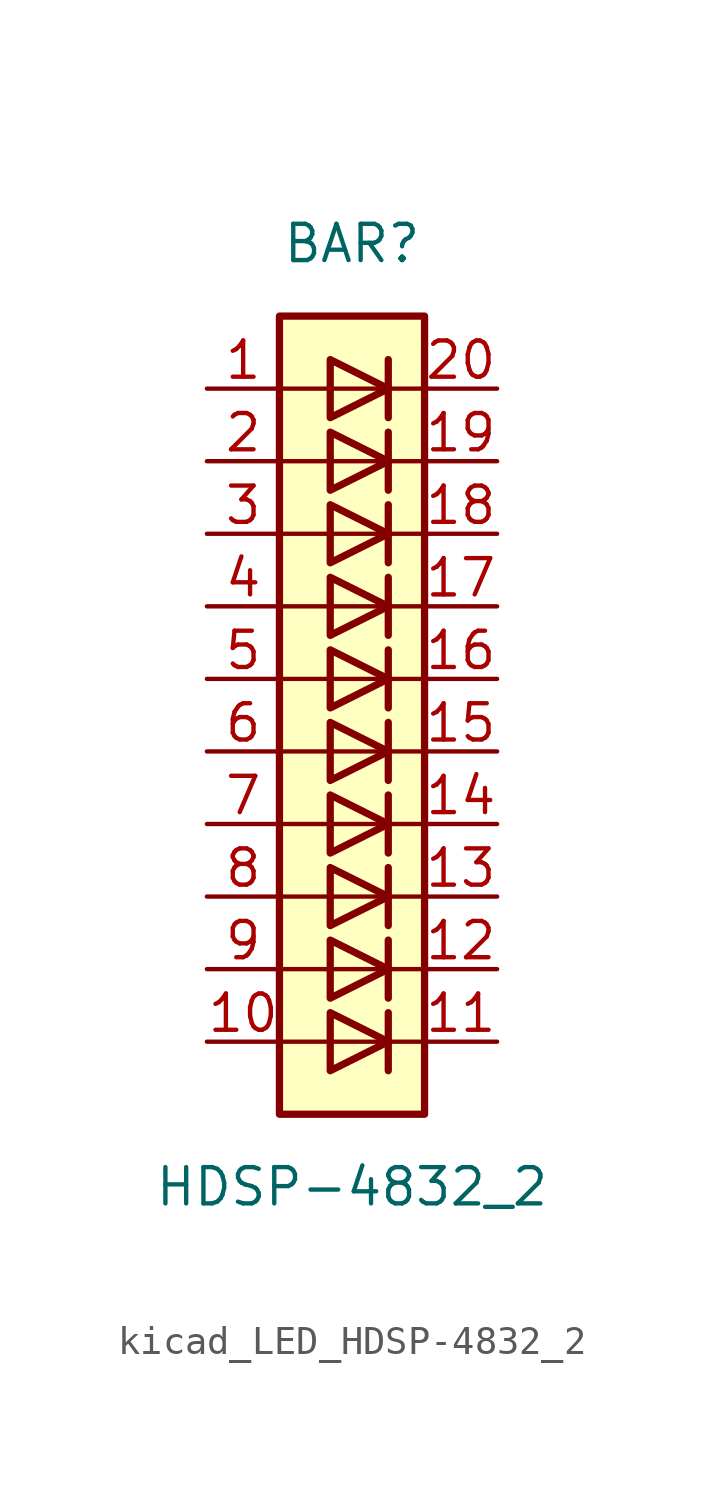
<source format=kicad_sym>
(kicad_symbol_lib
  (version 20220914)
  (generator kicad_symbol_editor)
  (symbol "kicad_LED_HDSP-4832_2"
    (pin_names
      (offset 1.016) hide)
    (property "Reference" "BAR"
      (at 0 15.24 0)
      (effects (font (size 1.27 1.27))))
    (property "Value" "HDSP-4832_2"
      (at 0 -17.78 0)
      (effects (font (size 1.27 1.27))))
    (symbol "kicad_LED_HDSP-4832_2_0_1"
      (rectangle (start -2.54 12.7) (end 2.54 -15.24) (stroke (width 0.254) (type default)) (fill (type background)))
      (polyline (pts (xy -2.54 -12.7) (xy 2.54 -12.7)) (stroke (width 0) (type default)) (fill (type none)))
      (polyline (pts (xy -2.54 -10.16) (xy 2.54 -10.16)) (stroke (width 0) (type default)) (fill (type none)))
      (polyline (pts (xy -2.54 -7.62) (xy 2.54 -7.62)) (stroke (width 0) (type default)) (fill (type none)))
      (polyline (pts (xy -2.54 -5.08) (xy 2.54 -5.08)) (stroke (width 0) (type default)) (fill (type none)))
      (polyline (pts (xy -2.54 0) (xy 2.54 0)) (stroke (width 0) (type default)) (fill (type none)))
      (polyline (pts (xy -2.54 5.08) (xy 2.54 5.08)) (stroke (width 0) (type default)) (fill (type none)))
      (polyline (pts (xy -2.54 7.62) (xy 2.54 7.62)) (stroke (width 0) (type default)) (fill (type none)))
      (polyline (pts (xy -2.54 10.16) (xy 2.54 10.16)) (stroke (width 0) (type default)) (fill (type none)))
      (polyline (pts (xy 1.27 -11.684) (xy 1.27 -13.716)) (stroke (width 0.254) (type default)) (fill (type none)))
      (polyline (pts (xy 1.27 -9.144) (xy 1.27 -11.176)) (stroke (width 0.254) (type default)) (fill (type none)))
      (polyline (pts (xy 1.27 -6.604) (xy 1.27 -8.636)) (stroke (width 0.254) (type default)) (fill (type none)))
      (polyline (pts (xy 1.27 -4.064) (xy 1.27 -6.096)) (stroke (width 0.254) (type default)) (fill (type none)))
      (polyline (pts (xy 1.27 -1.524) (xy 1.27 -3.556)) (stroke (width 0.254) (type default)) (fill (type none)))
      (polyline (pts (xy 1.27 1.016) (xy 1.27 -1.016)) (stroke (width 0.254) (type default)) (fill (type none)))
      (polyline (pts (xy 1.27 3.556) (xy 1.27 1.524)) (stroke (width 0.254) (type default)) (fill (type none)))
      (polyline (pts (xy 1.27 6.096) (xy 1.27 4.064)) (stroke (width 0.254) (type default)) (fill (type none)))
      (polyline (pts (xy 1.27 8.636) (xy 1.27 6.604)) (stroke (width 0.254) (type default)) (fill (type none)))
      (polyline (pts (xy 1.27 11.176) (xy 1.27 9.144)) (stroke (width 0.254) (type default)) (fill (type none)))
      (polyline (pts (xy 2.54 -2.54) (xy -2.54 -2.54)) (stroke (width 0) (type default)) (fill (type none)))
      (polyline (pts (xy 2.54 2.54) (xy -2.54 2.54)) (stroke (width 0) (type default)) (fill (type none)))
      (polyline (pts (xy -0.762 -11.684) (xy -0.762 -13.716) (xy 1.27 -12.7) (xy -0.762 -11.684)) (stroke (width 0.254) (type default)) (fill (type none)))
      (polyline (pts (xy -0.762 -9.144) (xy -0.762 -11.176) (xy 1.27 -10.16) (xy -0.762 -9.144)) (stroke (width 0.254) (type default)) (fill (type none)))
      (polyline (pts (xy -0.762 -6.604) (xy -0.762 -8.636) (xy 1.27 -7.62) (xy -0.762 -6.604)) (stroke (width 0.254) (type default)) (fill (type none)))
      (polyline (pts (xy -0.762 -4.064) (xy -0.762 -6.096) (xy 1.27 -5.08) (xy -0.762 -4.064)) (stroke (width 0.254) (type default)) (fill (type none)))
      (polyline (pts (xy -0.762 -1.524) (xy -0.762 -3.556) (xy 1.27 -2.54) (xy -0.762 -1.524)) (stroke (width 0.254) (type default)) (fill (type none)))
      (polyline (pts (xy -0.762 1.016) (xy -0.762 -1.016) (xy 1.27 0) (xy -0.762 1.016)) (stroke (width 0.254) (type default)) (fill (type none)))
      (polyline (pts (xy -0.762 3.556) (xy -0.762 1.524) (xy 1.27 2.54) (xy -0.762 3.556)) (stroke (width 0.254) (type default)) (fill (type none)))
      (polyline (pts (xy -0.762 6.096) (xy -0.762 4.064) (xy 1.27 5.08) (xy -0.762 6.096)) (stroke (width 0.254) (type default)) (fill (type none)))
      (polyline (pts (xy -0.762 8.636) (xy -0.762 6.604) (xy 1.27 7.62) (xy -0.762 8.636)) (stroke (width 0.254) (type default)) (fill (type none)))
      (polyline (pts (xy -0.762 11.176) (xy -0.762 9.144) (xy 1.27 10.16) (xy -0.762 11.176)) (stroke (width 0.254) (type default)) (fill (type none))))
    (symbol "kicad_LED_HDSP-4832_2_1_1"
      (pin passive line (at -5.08 10.16 0) (length 2.54) (name "A" (effects (font (size 1.27 1.27)))) (number "1" (effects (font (size 1.27 1.27)))))
      (pin passive line (at -5.08 -12.7 0) (length 2.54) (name "A" (effects (font (size 1.27 1.27)))) (number "10" (effects (font (size 1.27 1.27)))))
      (pin passive line (at 5.08 -12.7 180) (length 2.54) (name "K" (effects (font (size 1.27 1.27)))) (number "11" (effects (font (size 1.27 1.27)))))
      (pin passive line (at 5.08 -10.16 180) (length 2.54) (name "K" (effects (font (size 1.27 1.27)))) (number "12" (effects (font (size 1.27 1.27)))))
      (pin passive line (at 5.08 -7.62 180) (length 2.54) (name "K" (effects (font (size 1.27 1.27)))) (number "13" (effects (font (size 1.27 1.27)))))
      (pin passive line (at 5.08 -5.08 180) (length 2.54) (name "K" (effects (font (size 1.27 1.27)))) (number "14" (effects (font (size 1.27 1.27)))))
      (pin passive line (at 5.08 -2.54 180) (length 2.54) (name "K" (effects (font (size 1.27 1.27)))) (number "15" (effects (font (size 1.27 1.27)))))
      (pin passive line (at 5.08 0 180) (length 2.54) (name "K" (effects (font (size 1.27 1.27)))) (number "16" (effects (font (size 1.27 1.27)))))
      (pin passive line (at 5.08 2.54 180) (length 2.54) (name "K" (effects (font (size 1.27 1.27)))) (number "17" (effects (font (size 1.27 1.27)))))
      (pin passive line (at 5.08 5.08 180) (length 2.54) (name "K" (effects (font (size 1.27 1.27)))) (number "18" (effects (font (size 1.27 1.27)))))
      (pin passive line (at 5.08 7.62 180) (length 2.54) (name "K" (effects (font (size 1.27 1.27)))) (number "19" (effects (font (size 1.27 1.27)))))
      (pin passive line (at -5.08 7.62 0) (length 2.54) (name "A" (effects (font (size 1.27 1.27)))) (number "2" (effects (font (size 1.27 1.27)))))
      (pin passive line (at 5.08 10.16 180) (length 2.54) (name "K" (effects (font (size 1.27 1.27)))) (number "20" (effects (font (size 1.27 1.27)))))
      (pin passive line (at -5.08 5.08 0) (length 2.54) (name "A" (effects (font (size 1.27 1.27)))) (number "3" (effects (font (size 1.27 1.27)))))
      (pin passive line (at -5.08 2.54 0) (length 2.54) (name "A" (effects (font (size 1.27 1.27)))) (number "4" (effects (font (size 1.27 1.27)))))
      (pin passive line (at -5.08 0 0) (length 2.54) (name "A" (effects (font (size 1.27 1.27)))) (number "5" (effects (font (size 1.27 1.27)))))
      (pin passive line (at -5.08 -2.54 0) (length 2.54) (name "A" (effects (font (size 1.27 1.27)))) (number "6" (effects (font (size 1.27 1.27)))))
      (pin passive line (at -5.08 -5.08 0) (length 2.54) (name "A" (effects (font (size 1.27 1.27)))) (number "7" (effects (font (size 1.27 1.27)))))
      (pin passive line (at -5.08 -7.62 0) (length 2.54) (name "A" (effects (font (size 1.27 1.27)))) (number "8" (effects (font (size 1.27 1.27)))))
      (pin passive line (at -5.08 -10.16 0) (length 2.54) (name "A" (effects (font (size 1.27 1.27)))) (number "9" (effects (font (size 1.27 1.27))))))))
</source>
